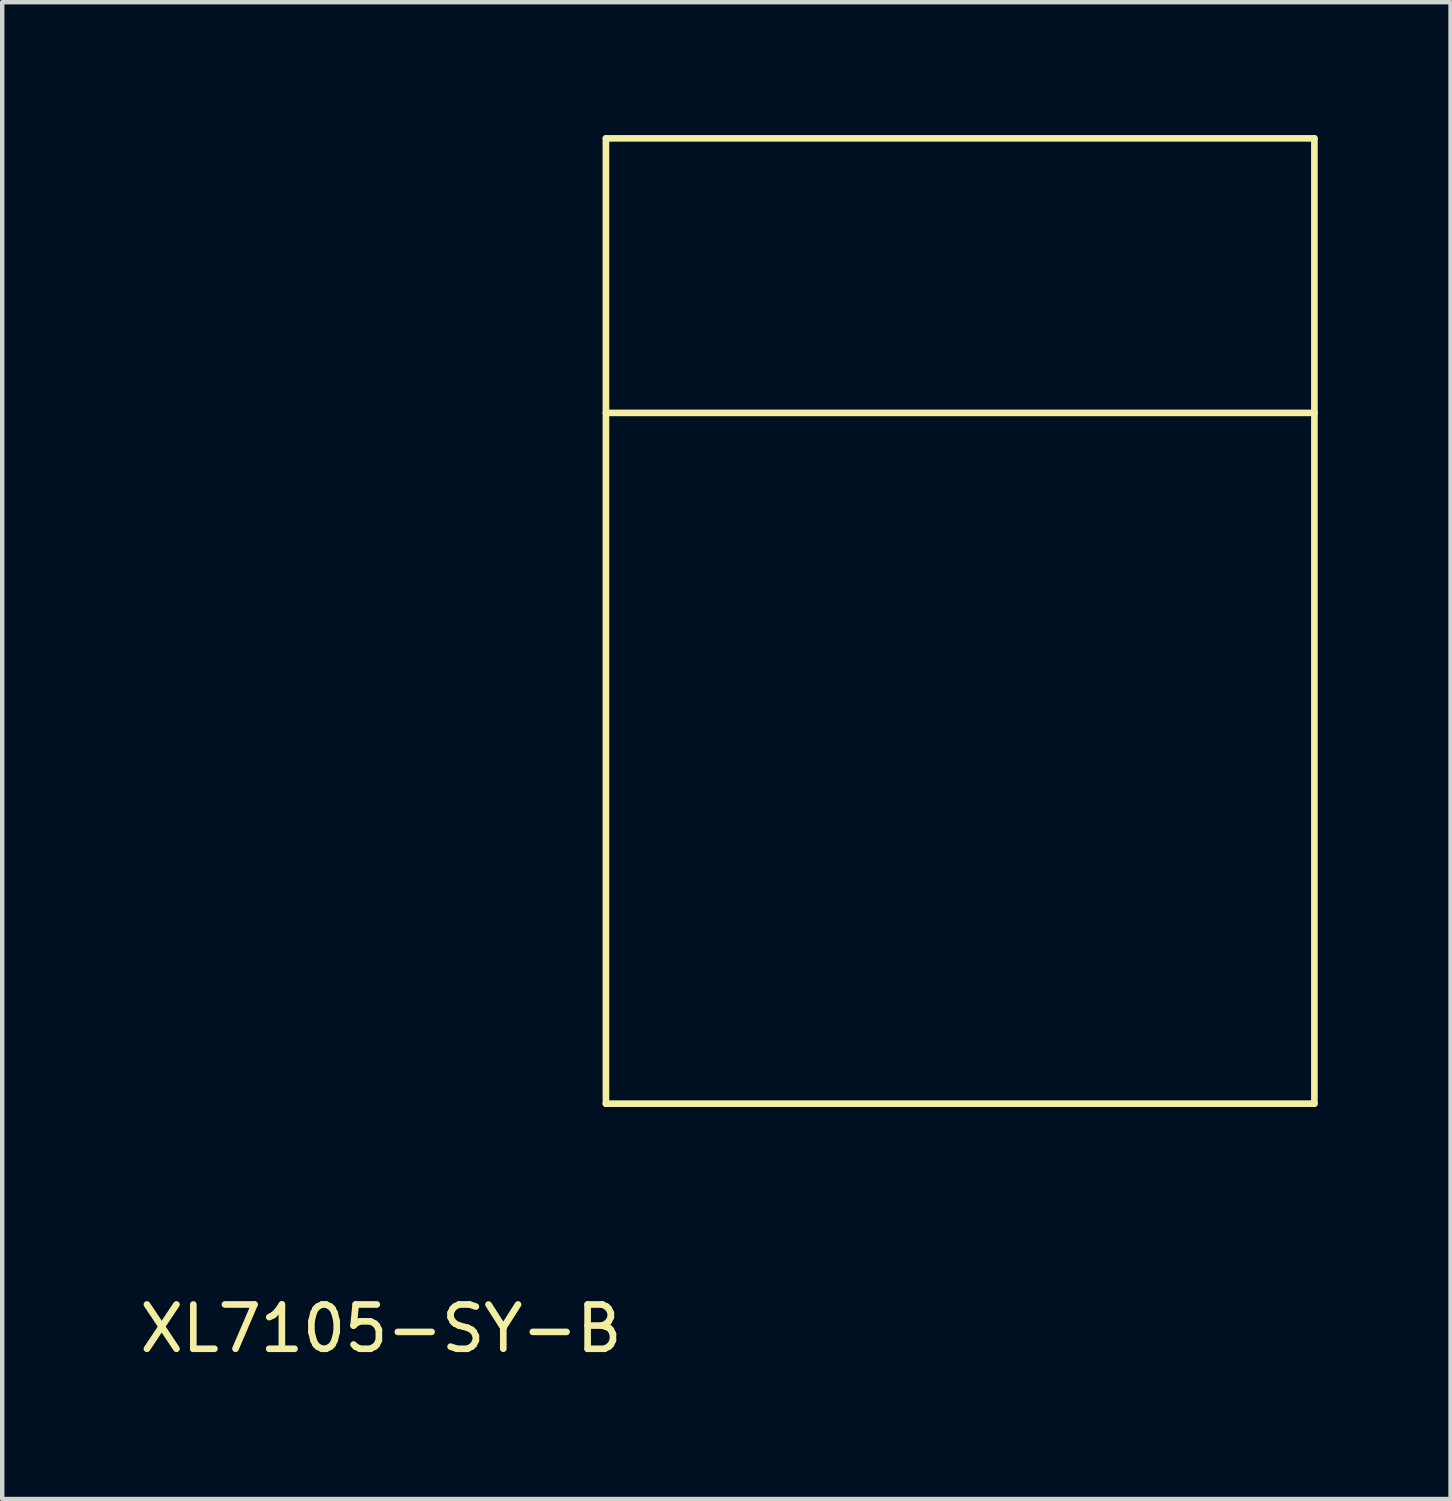
<source format=kicad_pcb>
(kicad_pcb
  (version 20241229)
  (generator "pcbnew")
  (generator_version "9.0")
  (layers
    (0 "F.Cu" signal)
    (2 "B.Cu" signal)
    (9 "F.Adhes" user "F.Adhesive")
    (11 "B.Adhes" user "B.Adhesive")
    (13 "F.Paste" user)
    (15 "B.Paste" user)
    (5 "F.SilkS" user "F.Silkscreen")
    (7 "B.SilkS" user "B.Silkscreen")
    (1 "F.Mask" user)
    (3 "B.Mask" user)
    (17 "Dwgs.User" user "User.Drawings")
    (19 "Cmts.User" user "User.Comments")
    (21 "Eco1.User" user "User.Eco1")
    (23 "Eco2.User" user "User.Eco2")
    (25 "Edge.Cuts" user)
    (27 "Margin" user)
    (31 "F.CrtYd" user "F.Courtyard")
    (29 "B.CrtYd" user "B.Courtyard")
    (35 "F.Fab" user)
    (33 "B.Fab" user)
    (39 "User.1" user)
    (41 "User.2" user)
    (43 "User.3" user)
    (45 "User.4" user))
  (footprint "XL7105-SY-B"
    (layer "F.Cu")
    (at 10.634 21.875)
    (property "Reference" "XL7105-SY-B" (at -5.08 5.08 0) (layer "F.SilkS") (effects (font (size 1 1) (thickness 0.15))))
    (attr through_hole)
    (fp_line (start 0 -21.8) (end 16 -21.8) (stroke (width 0.15) (type solid)) (layer "F.SilkS"))
    (fp_line (start 0 -15.6) (end 16 -15.6) (stroke (width 0.15) (type solid)) (layer "F.SilkS"))
    (fp_line (start 0 0) (end 0 -21.8) (stroke (width 0.15) (type solid)) (layer "F.SilkS"))
    (fp_line (start 0 0) (end 16 0) (stroke (width 0.15) (type solid)) (layer "F.SilkS"))
    (fp_line (start 16 0) (end 16 -21.8) (stroke (width 0.15) (type solid)) (layer "F.SilkS")))
  (gr_rect
    (start -3 -3)
    (end 29.709 30.803)
    (stroke (width 0.1) (type default))
    (fill no)
    (layer "Edge.Cuts")))
</source>
